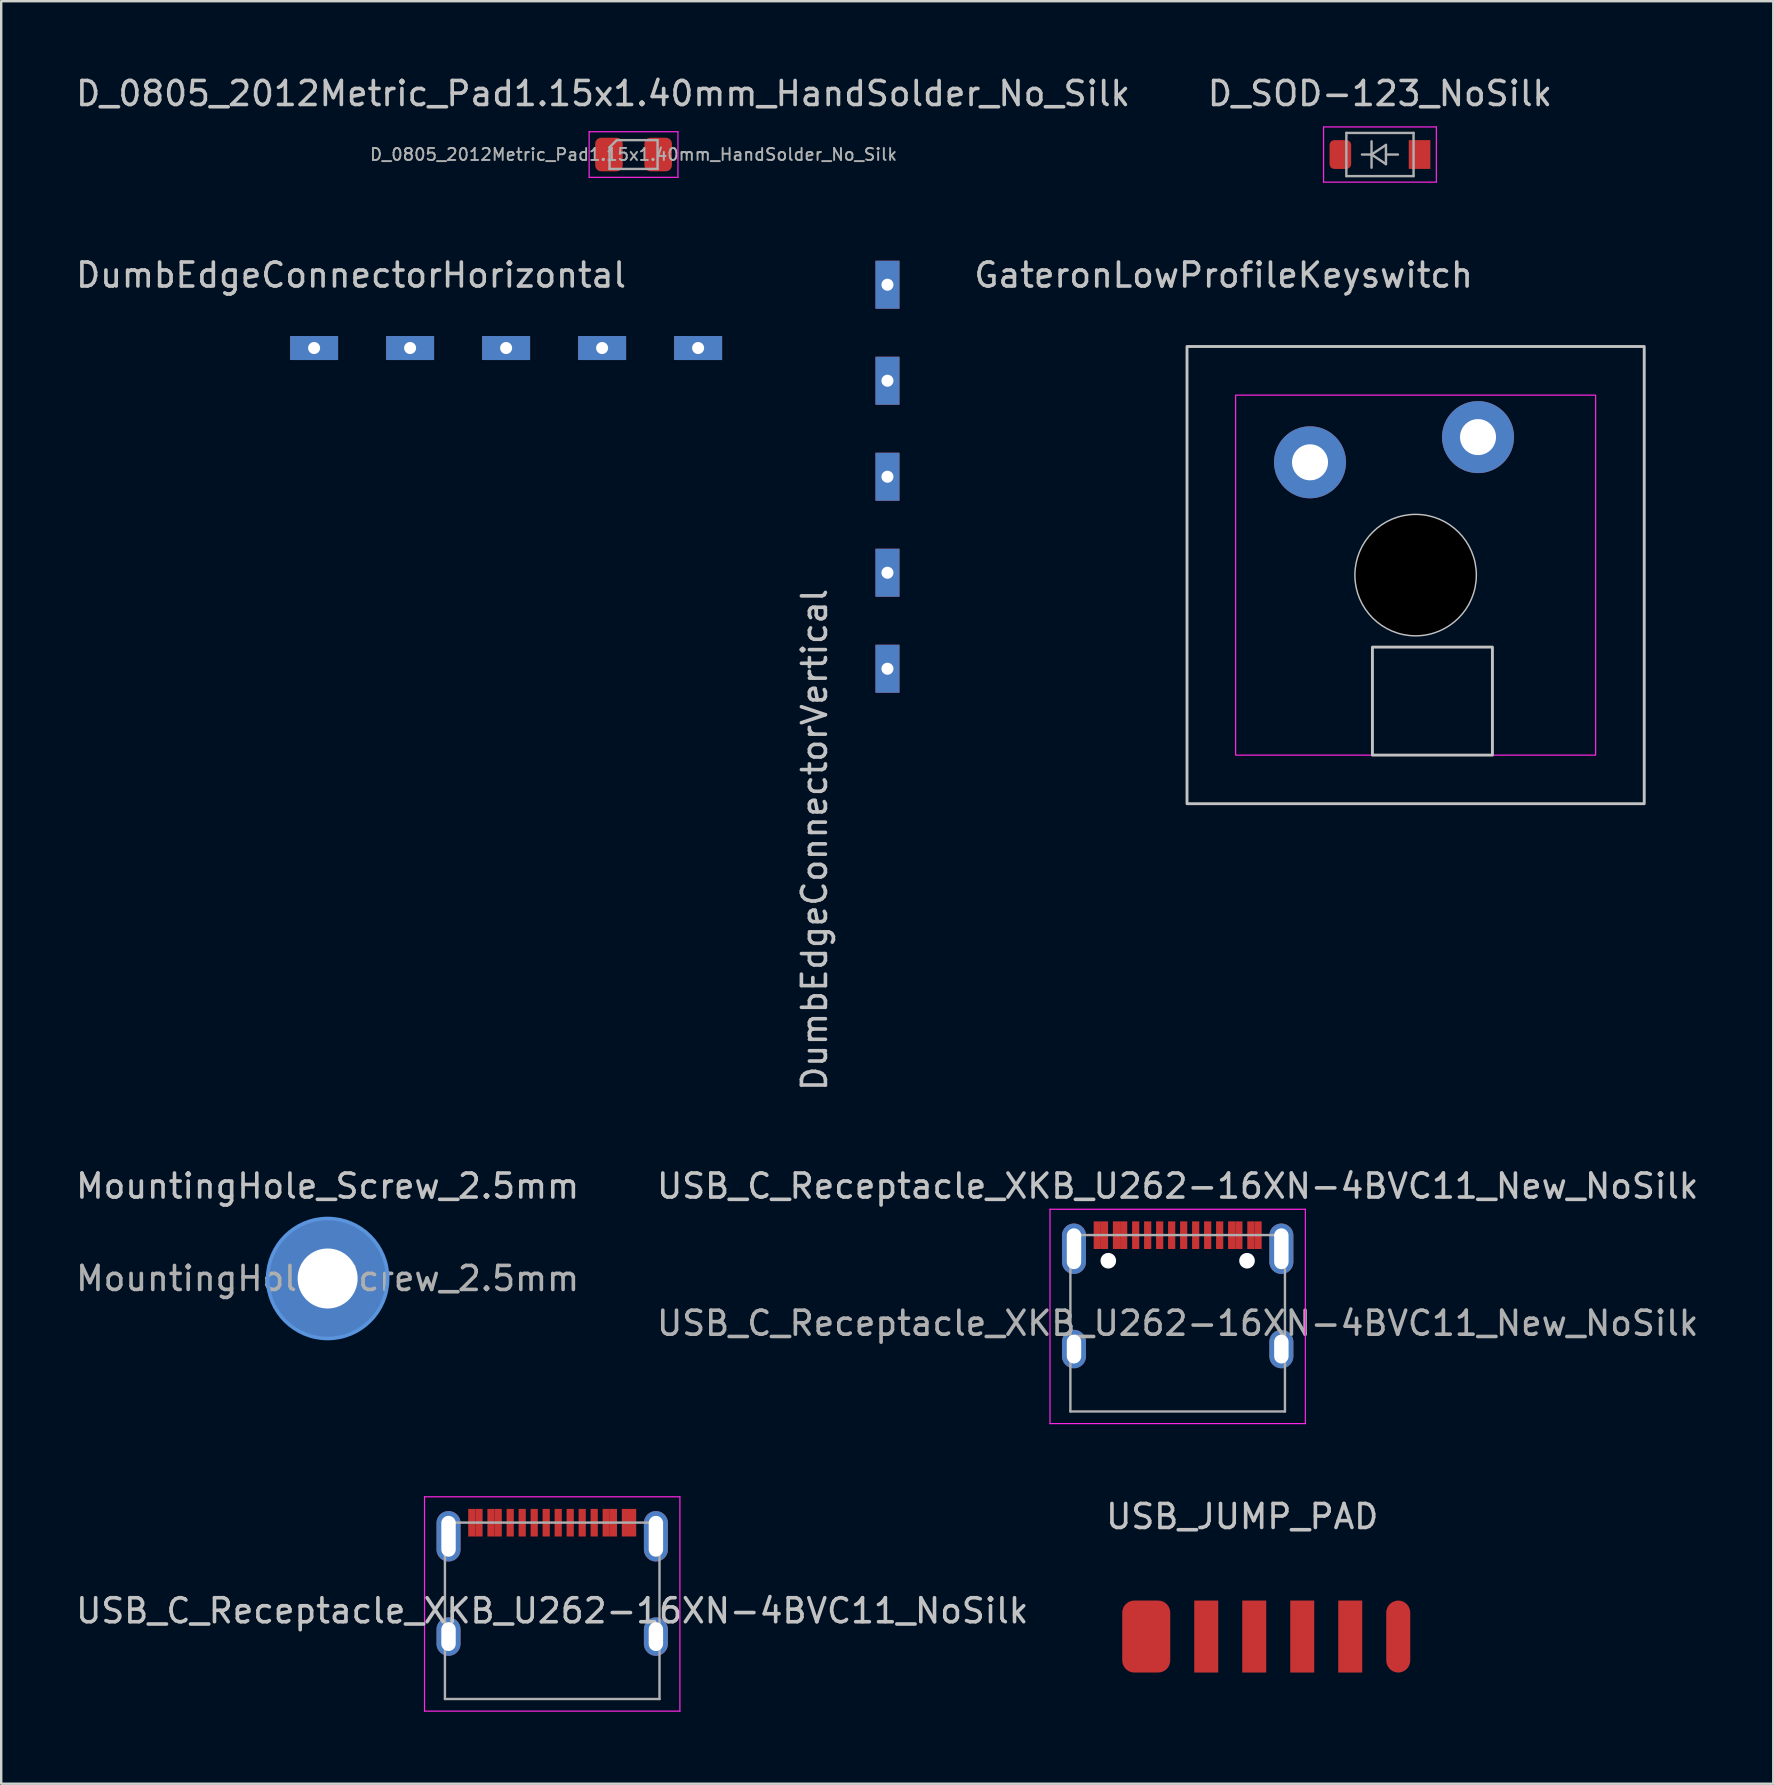
<source format=kicad_pcb>
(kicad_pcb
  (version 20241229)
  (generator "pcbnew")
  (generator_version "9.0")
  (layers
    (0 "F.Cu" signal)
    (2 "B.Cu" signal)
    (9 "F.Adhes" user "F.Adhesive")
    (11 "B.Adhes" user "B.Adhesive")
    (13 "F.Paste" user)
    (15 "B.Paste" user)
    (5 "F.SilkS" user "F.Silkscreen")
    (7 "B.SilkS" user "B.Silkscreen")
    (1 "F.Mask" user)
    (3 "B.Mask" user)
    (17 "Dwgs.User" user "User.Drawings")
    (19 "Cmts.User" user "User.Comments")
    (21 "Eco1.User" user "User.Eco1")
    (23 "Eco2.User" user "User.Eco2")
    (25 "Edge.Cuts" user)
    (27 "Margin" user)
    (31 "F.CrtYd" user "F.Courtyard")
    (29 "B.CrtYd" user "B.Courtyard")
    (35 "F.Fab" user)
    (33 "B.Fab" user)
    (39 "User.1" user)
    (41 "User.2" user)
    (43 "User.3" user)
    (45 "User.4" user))
  (footprint "DumbEdgeConnectorHorizontal"
    (layer "F.Cu")
    (at 9.037 10.951)
    (property "Reference" "DumbEdgeConnectorHorizontal" (at 2.54 -2.54 0) (unlocked yes) (layer "Dwgs.User") (effects (font (size 1 1) (thickness 0.15))))
    (attr through_hole)
    (pad "1" thru_hole rect (at 1 0.5 90) (size 1 2) (drill 0.5) (layers "*.Cu" "*.Mask"))
    (pad "2" thru_hole rect (at 5 0.5 90) (size 1 2) (drill 0.5) (layers "*.Cu" "*.Mask"))
    (pad "3" thru_hole rect (at 9 0.5 90) (size 1 2) (drill 0.5) (layers "*.Cu" "*.Mask"))
    (pad "4" thru_hole rect (at 13 0.5 90) (size 1 2) (drill 0.5) (layers "*.Cu" "*.Mask"))
    (pad "5" thru_hole rect (at 17 0.5 90) (size 1 2) (drill 0.5) (layers "*.Cu" "*.Mask")))
  (footprint "D_SOD-123_NoSilk"
    (layer "F.Cu")
    (at 54.446 3.388)
    (property "Reference" "D_SOD-123_NoSilk" (at 0 -2.54 0) (layer "Dwgs.User") (effects (font (size 1 1) (thickness 0.15))))
    (attr smd)
    (fp_line (start -2.35 -1.15) (end -2.35 1.15) (stroke (width 0.05) (type solid)) (layer "F.CrtYd"))
    (fp_line (start -2.35 -1.15) (end 2.35 -1.15) (stroke (width 0.05) (type solid)) (layer "F.CrtYd"))
    (fp_line (start 2.35 -1.15) (end 2.35 1.15) (stroke (width 0.05) (type solid)) (layer "F.CrtYd"))
    (fp_line (start 2.35 1.15) (end -2.35 1.15) (stroke (width 0.05) (type solid)) (layer "F.CrtYd"))
    (fp_line (start -1.4 -0.9) (end 1.4 -0.9) (stroke (width 0.1) (type solid)) (layer "F.Fab"))
    (fp_line (start -1.4 0.9) (end -1.4 -0.9) (stroke (width 0.1) (type solid)) (layer "F.Fab"))
    (fp_line (start -0.75 0) (end -0.35 0) (stroke (width 0.1) (type solid)) (layer "F.Fab"))
    (fp_line (start -0.35 0) (end -0.35 -0.55) (stroke (width 0.1) (type solid)) (layer "F.Fab"))
    (fp_line (start -0.35 0) (end -0.35 0.55) (stroke (width 0.1) (type solid)) (layer "F.Fab"))
    (fp_line (start -0.35 0) (end 0.25 -0.4) (stroke (width 0.1) (type solid)) (layer "F.Fab"))
    (fp_line (start 0.25 -0.4) (end 0.25 0.4) (stroke (width 0.1) (type solid)) (layer "F.Fab"))
    (fp_line (start 0.25 0) (end 0.75 0) (stroke (width 0.1) (type solid)) (layer "F.Fab"))
    (fp_line (start 0.25 0.4) (end -0.35 0) (stroke (width 0.1) (type solid)) (layer "F.Fab"))
    (fp_line (start 1.4 -0.9) (end 1.4 0.9) (stroke (width 0.1) (type solid)) (layer "F.Fab"))
    (fp_line (start 1.4 0.9) (end -1.4 0.9) (stroke (width 0.1) (type solid)) (layer "F.Fab"))
    (pad "1" smd roundrect (at -1.65 0) (size 0.9 1.2) (layers "F.Cu" "F.Mask" "F.Paste") (roundrect_rratio 0.222))
    (pad "2" smd rect (at 1.65 0) (size 0.9 1.2) (layers "F.Cu" "F.Mask" "F.Paste")))
  (footprint "GateronLowProfileKeyswitch"
    (layer "F.Cu")
    (at 55.932 20.912)
    (property "Reference" "GateronLowProfileKeyswitch" (at -8 -12.5 0) (unlocked yes) (layer "Dwgs.User") (effects (font (size 1 1) (thickness 0.15))))
    (attr through_hole)
    (fp_rect (start -9.525 -9.525) (end 9.525 9.525) (stroke (width 0.12) (type solid)) (fill no) (layer "Dwgs.User"))
    (fp_rect (start -1.8 3) (end 3.2 7.5) (stroke (width 0.12) (type solid)) (fill no) (layer "Dwgs.User"))
    (fp_circle (center 0 0) (end 0 -2.5) (stroke (width 0.12) (type solid)) (fill no) (layer "Dwgs.User"))
    (fp_rect (start -7.5 -7.5) (end 7.5 7.5) (stroke (width 0.05) (type solid)) (fill no) (layer "F.CrtYd"))
    (pad "" np_thru_hole circle (at 0 0) (size 5 5) (drill 5) (layers "*.Mask"))
    (pad "1" thru_hole circle (at -4.4 -4.7) (size 3 3) (drill 1.5) (layers "*.Cu" "*.Mask"))
    (pad "2" thru_hole circle (at 2.6 -5.75) (size 3 3) (drill 1.5) (layers "*.Cu" "*.Mask")))
  (footprint "DumbEdgeConnectorVertical"
    (layer "F.Cu")
    (at 33.426 7.813)
    (property "Reference" "DumbEdgeConnectorVertical" (at -2.54 24.13 90) (unlocked yes) (layer "Dwgs.User") (effects (font (size 1 1) (thickness 0.15))))
    (attr smd)
    (pad "1" thru_hole rect (at 0.5 1) (size 1 2) (drill 0.5) (layers "*.Cu" "*.Mask"))
    (pad "2" thru_hole rect (at 0.5 5) (size 1 2) (drill 0.5) (layers "*.Cu" "*.Mask"))
    (pad "3" thru_hole rect (at 0.5 9) (size 1 2) (drill 0.5) (layers "*.Cu" "*.Mask"))
    (pad "4" thru_hole rect (at 0.5 13) (size 1 2) (drill 0.5) (layers "*.Cu" "*.Mask"))
    (pad "5" thru_hole rect (at 0.5 17) (size 1 2) (drill 0.5) (layers "*.Cu" "*.Mask")))
  (footprint "D_0805_2012Metric_Pad1.15x1.40mm_HandSolder_No_Silk"
    (layer "F.Cu")
    (at 23.347 3.388)
    (property "Reference" "D_0805_2012Metric_Pad1.15x1.40mm_HandSolder_No_Silk" (at -1.27 -2.54 0) (layer "Dwgs.User") (effects (font (size 1 1) (thickness 0.15))))
    (attr smd)
    (fp_line (start -1.85 -0.95) (end 1.85 -0.95) (stroke (width 0.05) (type solid)) (layer "F.CrtYd"))
    (fp_line (start -1.85 0.95) (end -1.85 -0.95) (stroke (width 0.05) (type solid)) (layer "F.CrtYd"))
    (fp_line (start 1.85 -0.95) (end 1.85 0.95) (stroke (width 0.05) (type solid)) (layer "F.CrtYd"))
    (fp_line (start 1.85 0.95) (end -1.85 0.95) (stroke (width 0.05) (type solid)) (layer "F.CrtYd"))
    (fp_line (start -1 -0.3) (end -1 0.6) (stroke (width 0.1) (type solid)) (layer "F.Fab"))
    (fp_line (start -1 0.6) (end 1 0.6) (stroke (width 0.1) (type solid)) (layer "F.Fab"))
    (fp_line (start -0.7 -0.6) (end -1 -0.3) (stroke (width 0.1) (type solid)) (layer "F.Fab"))
    (fp_line (start 1 -0.6) (end -0.7 -0.6) (stroke (width 0.1) (type solid)) (layer "F.Fab"))
    (fp_line (start 1 0.6) (end 1 -0.6) (stroke (width 0.1) (type solid)) (layer "F.Fab"))
    (fp_text user "${REFERENCE}" (at 0 0 0) (layer "F.Fab") (effects (font (size 0.5 0.5) (thickness 0.08))))
    (pad "1" smd roundrect (at -1.025 0) (size 1.15 1.4) (layers "F.Cu" "F.Mask") (roundrect_rratio 0.217))
    (pad "2" smd roundrect (at 1.025 0) (size 1.15 1.4) (layers "F.Cu" "F.Mask") (roundrect_rratio 0.217)))
  (footprint "USB_C_Receptacle_XKB_U262-16XN-4BVC11_New_NoSilk"
    (layer "F.Cu")
    (at 46.018 52.084)
    (property "Reference" "USB_C_Receptacle_XKB_U262-16XN-4BVC11_New_NoSilk" (at 0 -5.715 0) (layer "Dwgs.User") (effects (font (size 1 1) (thickness 0.15))))
    (attr smd)
    (fp_line (start -5.32 -4.75) (end 5.32 -4.75) (stroke (width 0.05) (type solid)) (layer "F.CrtYd"))
    (fp_line (start -5.32 4.18) (end -5.32 -4.75) (stroke (width 0.05) (type solid)) (layer "F.CrtYd"))
    (fp_line (start 5.32 -4.75) (end 5.32 4.18) (stroke (width 0.05) (type solid)) (layer "F.CrtYd"))
    (fp_line (start 5.32 4.18) (end -5.32 4.18) (stroke (width 0.05) (type solid)) (layer "F.CrtYd"))
    (fp_line (start -4.47 -3.675) (end -4.47 3.675) (stroke (width 0.1) (type solid)) (layer "F.Fab"))
    (fp_line (start -4.47 -3.675) (end 4.47 -3.675) (stroke (width 0.1) (type solid)) (layer "F.Fab"))
    (fp_line (start -4.47 3.675) (end 4.47 3.675) (stroke (width 0.1) (type solid)) (layer "F.Fab"))
    (fp_line (start 4.47 3.675) (end 4.47 -3.675) (stroke (width 0.1) (type solid)) (layer "F.Fab"))
    (fp_text user "${REFERENCE}" (at 0 0 0) (layer "F.Fab") (effects (font (size 1 1) (thickness 0.15))))
    (pad "" np_thru_hole circle (at -2.89 -2.605) (size 0.65 0.65) (drill 0.65) (layers "*.Cu" "*.Mask"))
    (pad "" np_thru_hole circle (at 2.89 -2.605) (size 0.65 0.65) (drill 0.65) (layers "*.Cu" "*.Mask"))
    (pad "A1" smd rect (at -3.35 -3.67) (size 0.3 1.15) (layers "F.Cu" "F.Mask" "F.Paste"))
    (pad "A4" smd rect (at -2.55 -3.67) (size 0.3 1.15) (layers "F.Cu" "F.Mask" "F.Paste"))
    (pad "A5" smd rect (at -1.25 -3.67) (size 0.3 1.15) (layers "F.Cu" "F.Mask" "F.Paste"))
    (pad "A6" smd rect (at -0.25 -3.67) (size 0.3 1.15) (layers "F.Cu" "F.Mask" "F.Paste"))
    (pad "A7" smd rect (at 0.25 -3.67) (size 0.3 1.15) (layers "F.Cu" "F.Mask" "F.Paste"))
    (pad "A8" smd rect (at 1.25 -3.67) (size 0.3 1.15) (layers "F.Cu" "F.Mask" "F.Paste"))
    (pad "A9" smd rect (at 2.55 -3.67) (size 0.3 1.15) (layers "F.Cu" "F.Mask" "F.Paste"))
    (pad "A12" smd rect (at 3.35 -3.67) (size 0.3 1.15) (layers "F.Cu" "F.Mask" "F.Paste"))
    (pad "B1" smd rect (at 3.05 -3.67) (size 0.3 1.15) (layers "F.Cu" "F.Mask" "F.Paste"))
    (pad "B4" smd rect (at 2.25 -3.67) (size 0.3 1.15) (layers "F.Cu" "F.Mask" "F.Paste"))
    (pad "B5" smd rect (at 1.75 -3.67) (size 0.3 1.15) (layers "F.Cu" "F.Mask" "F.Paste"))
    (pad "B6" smd rect (at 0.75 -3.67) (size 0.3 1.15) (layers "F.Cu" "F.Mask" "F.Paste"))
    (pad "B7" smd rect (at -0.75 -3.67) (size 0.3 1.15) (layers "F.Cu" "F.Mask" "F.Paste"))
    (pad "B8" smd rect (at -1.75 -3.67) (size 0.3 1.15) (layers "F.Cu" "F.Mask" "F.Paste"))
    (pad "B9" smd rect (at -2.25 -3.67) (size 0.3 1.15) (layers "F.Cu" "F.Mask" "F.Paste"))
    (pad "B12" smd rect (at -3.05 -3.67) (size 0.3 1.15) (layers "F.Cu" "F.Mask" "F.Paste"))
    (pad "S1" thru_hole oval (at -4.32 -3.105) (size 1 2.1) (drill oval 0.6 1.7) (layers "*.Cu" "*.Mask"))
    (pad "S1" thru_hole oval (at -4.32 1.075) (size 1 1.6) (drill oval 0.6 1.2) (layers "*.Cu" "*.Mask"))
    (pad "S1" thru_hole oval (at 4.32 -3.105) (size 1 2.1) (drill oval 0.6 1.7) (layers "*.Cu" "*.Mask"))
    (pad "S1" thru_hole oval (at 4.32 1.075) (size 1 1.6) (drill oval 0.6 1.2) (layers "*.Cu" "*.Mask")))
  (footprint "USB_C_Receptacle_XKB_U262-16XN-4BVC11_NoSilk"
    (layer "F.Cu")
    (at 19.958 64.064)
    (property "Reference" "USB_C_Receptacle_XKB_U262-16XN-4BVC11_NoSilk" (at 0 0 0) (layer "Dwgs.User") (effects (font (size 1 1) (thickness 0.15))))
    (attr smd)
    (fp_line (start -5.32 -4.75) (end 5.32 -4.75) (stroke (width 0.05) (type solid)) (layer "F.CrtYd"))
    (fp_line (start -5.32 4.18) (end -5.32 -4.75) (stroke (width 0.05) (type solid)) (layer "F.CrtYd"))
    (fp_line (start 5.32 -4.75) (end 5.32 4.18) (stroke (width 0.05) (type solid)) (layer "F.CrtYd"))
    (fp_line (start 5.32 4.18) (end -5.32 4.18) (stroke (width 0.05) (type solid)) (layer "F.CrtYd"))
    (fp_line (start -4.47 -3.675) (end -4.47 3.675) (stroke (width 0.1) (type solid)) (layer "F.Fab"))
    (fp_line (start -4.47 -3.675) (end 4.47 -3.675) (stroke (width 0.1) (type solid)) (layer "F.Fab"))
    (fp_line (start -4.47 3.675) (end 4.47 3.675) (stroke (width 0.1) (type solid)) (layer "F.Fab"))
    (fp_line (start 4.47 3.675) (end 4.47 -3.675) (stroke (width 0.1) (type solid)) (layer "F.Fab"))
    (pad "A1" smd rect (at -3.35 -3.67) (size 0.3 1.15) (layers "F.Cu" "F.Mask" "F.Paste"))
    (pad "A4" smd rect (at -2.55 -3.67) (size 0.3 1.15) (layers "F.Cu" "F.Mask" "F.Paste"))
    (pad "A5" smd rect (at -1.25 -3.67) (size 0.3 1.15) (layers "F.Cu" "F.Mask" "F.Paste"))
    (pad "A6" smd rect (at -0.25 -3.67) (size 0.3 1.15) (layers "F.Cu" "F.Mask" "F.Paste"))
    (pad "A7" smd rect (at 0.25 -3.67) (size 0.3 1.15) (layers "F.Cu" "F.Mask" "F.Paste"))
    (pad "A8" smd rect (at 1.25 -3.67) (size 0.3 1.15) (layers "F.Cu" "F.Mask" "F.Paste"))
    (pad "A9" smd rect (at 2.55 -3.67) (size 0.3 1.15) (layers "F.Cu" "F.Mask" "F.Paste"))
    (pad "A12" smd rect (at 3.35 -3.67) (size 0.3 1.15) (layers "F.Cu" "F.Mask" "F.Paste"))
    (pad "B1" smd rect (at 3.05 -3.67) (size 0.3 1.15) (layers "F.Cu" "F.Mask" "F.Paste"))
    (pad "B4" smd rect (at 2.25 -3.67) (size 0.3 1.15) (layers "F.Cu" "F.Mask" "F.Paste"))
    (pad "B5" smd rect (at 1.75 -3.67) (size 0.3 1.15) (layers "F.Cu" "F.Mask" "F.Paste"))
    (pad "B6" smd rect (at 0.75 -3.67) (size 0.3 1.15) (layers "F.Cu" "F.Mask" "F.Paste"))
    (pad "B7" smd rect (at -0.75 -3.67) (size 0.3 1.15) (layers "F.Cu" "F.Mask" "F.Paste"))
    (pad "B8" smd rect (at -1.75 -3.67) (size 0.3 1.15) (layers "F.Cu" "F.Mask" "F.Paste"))
    (pad "B9" smd rect (at -2.25 -3.67) (size 0.3 1.15) (layers "F.Cu" "F.Mask" "F.Paste"))
    (pad "B12" smd rect (at -3.05 -3.67) (size 0.3 1.15) (layers "F.Cu" "F.Mask" "F.Paste"))
    (pad "S1" thru_hole oval (at -4.32 -3.105) (size 1 2.1) (drill oval 0.6 1.7) (layers "*.Cu" "*.Mask"))
    (pad "S1" thru_hole oval (at -4.32 1.075) (size 1 1.6) (drill oval 0.6 1.2) (layers "*.Cu" "*.Mask"))
    (pad "S1" thru_hole oval (at 4.32 -3.105) (size 1 2.1) (drill oval 0.6 1.7) (layers "*.Cu" "*.Mask"))
    (pad "S1" thru_hole oval (at 4.32 1.075) (size 1 1.6) (drill oval 0.6 1.2) (layers "*.Cu" "*.Mask")))
  (footprint "MountingHole_Screw_2.5mm"
    (layer "F.Cu")
    (at 10.601 50.219)
    (property "Reference" "MountingHole_Screw_2.5mm" (at 0 -3.85 0) (layer "Dwgs.User") (effects (font (size 1 1) (thickness 0.15))))
    (attr exclude_from_pos_files exclude_from_bom)
    (fp_circle (center 0 0) (end 2.5 0) (stroke (width 0.15) (type solid)) (fill no) (layer "Cmts.User"))
    (fp_circle (center 0 0) (end 2.5 0) (stroke (width 0.05) (type solid)) (fill no) (layer "F.CrtYd"))
    (fp_text user "${REFERENCE}" (at 0 0 0) (layer "F.Fab") (effects (font (size 1 1) (thickness 0.15))))
    (pad "1" thru_hole circle (at 0 0) (size 5 5) (drill 2.5) (layers "*.Cu" "*.Mask")))
  (footprint "USB_JUMP_PAD"
    (layer "F.Cu")
    (at 43.708 63.637)
    (property "Reference" "USB_JUMP_PAD" (at 5 -3.5 0) (unlocked yes) (layer "Dwgs.User") (effects (font (size 1 1) (thickness 0.15))))
    (attr smd)
    (pad "1" smd roundrect (at 11.5 1.5) (size 1 3) (layers "F.Cu" "F.Mask" "F.Paste") (roundrect_rratio 0.5))
    (pad "2" smd rect (at 9.5 1.5) (size 1 3) (layers "F.Cu" "F.Mask" "F.Paste"))
    (pad "3" smd rect (at 7.5 1.5) (size 1 3) (layers "F.Cu" "F.Mask" "F.Paste"))
    (pad "4" smd rect (at 5.5 1.5) (size 1 3) (layers "F.Cu" "F.Mask" "F.Paste"))
    (pad "5" smd rect (at 3.5 1.5) (size 1 3) (layers "F.Cu" "F.Mask" "F.Paste"))
    (pad "6" smd roundrect (at 1 1.5) (size 2 3) (layers "F.Cu" "F.Mask" "F.Paste") (roundrect_rratio 0.25)))
  (gr_rect
    (start -3 -3)
    (end 70.833 71.269)
    (stroke (width 0.1) (type default))
    (fill no)
    (layer "Edge.Cuts")))
</source>
